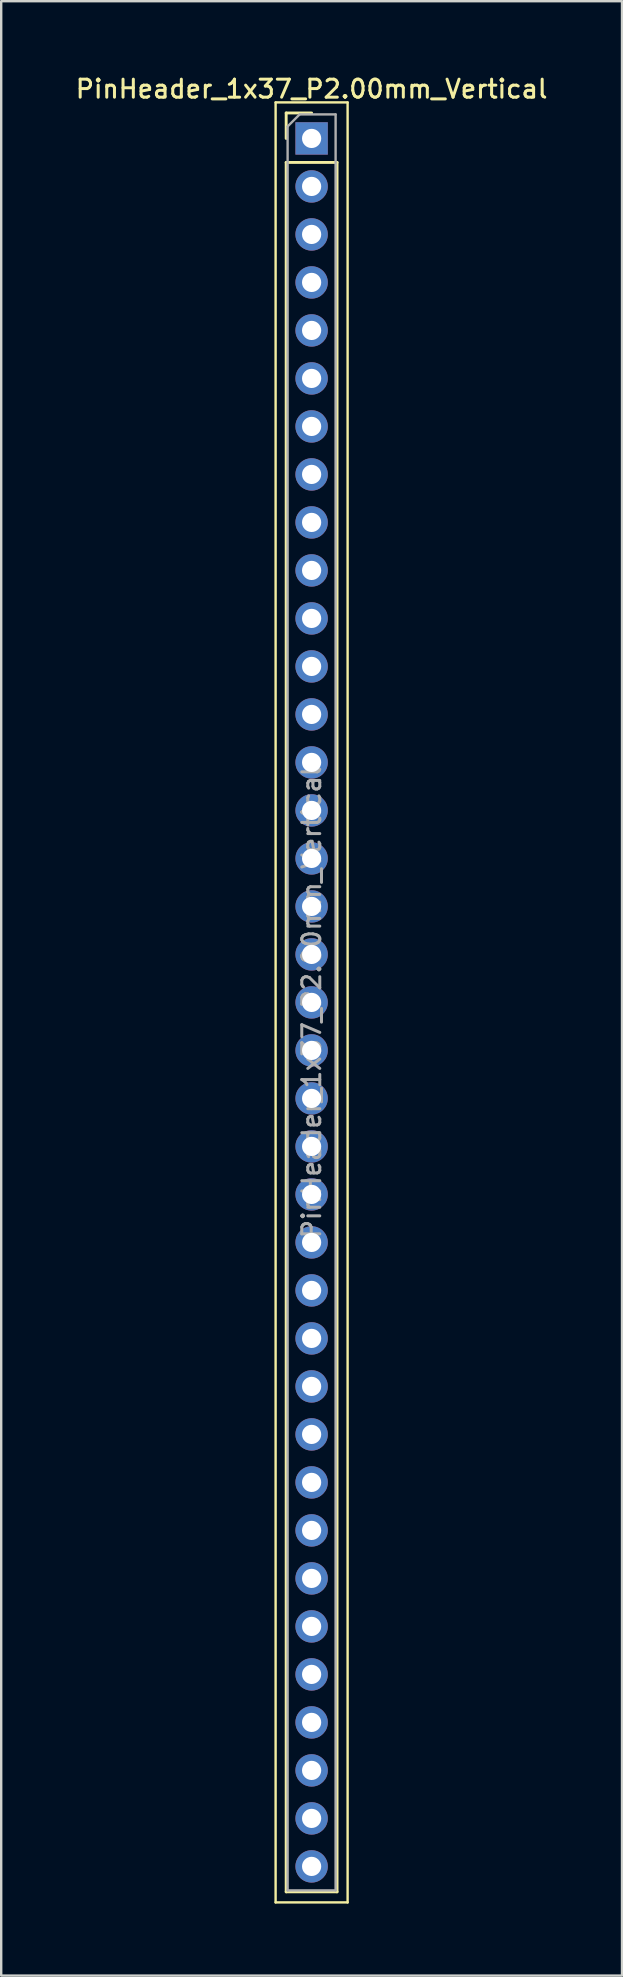
<source format=kicad_pcb>
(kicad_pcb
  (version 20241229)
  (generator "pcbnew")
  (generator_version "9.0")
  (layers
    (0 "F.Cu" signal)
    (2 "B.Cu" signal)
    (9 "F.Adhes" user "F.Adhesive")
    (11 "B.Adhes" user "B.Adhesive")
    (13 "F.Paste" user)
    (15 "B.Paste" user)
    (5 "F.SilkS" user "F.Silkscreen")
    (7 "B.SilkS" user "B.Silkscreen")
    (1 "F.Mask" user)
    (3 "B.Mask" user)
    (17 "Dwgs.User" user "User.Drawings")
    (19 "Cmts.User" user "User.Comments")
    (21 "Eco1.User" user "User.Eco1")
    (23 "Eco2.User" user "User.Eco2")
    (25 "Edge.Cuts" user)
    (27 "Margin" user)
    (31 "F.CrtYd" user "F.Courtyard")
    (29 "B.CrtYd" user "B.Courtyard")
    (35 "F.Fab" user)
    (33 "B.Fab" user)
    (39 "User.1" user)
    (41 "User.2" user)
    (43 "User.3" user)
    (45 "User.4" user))
  (footprint "PinHeader_1x37_P2.00mm_Vertical"
    (layer "F.Cu")
    (at 9.934 2.718)
    (property "Reference" "PinHeader_1x37_P2.00mm_Vertical" (at 0 -2.06 0) (layer "F.SilkS") (effects (font (size 0.75 0.75) (thickness 0.125))))
    (attr through_hole)
    (fp_line (start -1.5 -1.5) (end -1.5 73.5) (stroke (width 0.1) (type solid)) (layer "F.SilkS"))
    (fp_line (start -1.5 73.5) (end 1.5 73.5) (stroke (width 0.1) (type solid)) (layer "F.SilkS"))
    (fp_line (start -1.06 -1.06) (end 0 -1.06) (stroke (width 0.12) (type solid)) (layer "F.SilkS"))
    (fp_line (start -1.06 0) (end -1.06 -1.06) (stroke (width 0.12) (type solid)) (layer "F.SilkS"))
    (fp_line (start -1.06 1) (end -1.06 73.06) (stroke (width 0.12) (type solid)) (layer "F.SilkS"))
    (fp_line (start -1.06 1) (end 1.06 1) (stroke (width 0.12) (type solid)) (layer "F.SilkS"))
    (fp_line (start -1.06 73.06) (end 1.06 73.06) (stroke (width 0.12) (type solid)) (layer "F.SilkS"))
    (fp_line (start 1.06 1) (end 1.06 73.06) (stroke (width 0.12) (type solid)) (layer "F.SilkS"))
    (fp_line (start 1.5 -1.5) (end -1.5 -1.5) (stroke (width 0.1) (type solid)) (layer "F.SilkS"))
    (fp_line (start 1.5 73.5) (end 1.5 -1.5) (stroke (width 0.1) (type solid)) (layer "F.SilkS"))
    (fp_line (start -1 -0.5) (end -0.5 -1) (stroke (width 0.1) (type solid)) (layer "F.Fab"))
    (fp_line (start -1 73) (end -1 -0.5) (stroke (width 0.1) (type solid)) (layer "F.Fab"))
    (fp_line (start -0.5 -1) (end 1 -1) (stroke (width 0.1) (type solid)) (layer "F.Fab"))
    (fp_line (start 1 -1) (end 1 73) (stroke (width 0.1) (type solid)) (layer "F.Fab"))
    (fp_line (start 1 73) (end -1 73) (stroke (width 0.1) (type solid)) (layer "F.Fab"))
    (fp_text user "${REFERENCE}" (at 0 36 90) (layer "F.Fab") (effects (font (size 0.75 0.75) (thickness 0.125))))
    (pad "1" thru_hole rect (at 0 0) (size 1.35 1.35) (drill 0.8) (layers "*.Cu" "*.Mask"))
    (pad "2" thru_hole oval (at 0 2) (size 1.35 1.35) (drill 0.8) (layers "*.Cu" "*.Mask"))
    (pad "3" thru_hole oval (at 0 4) (size 1.35 1.35) (drill 0.8) (layers "*.Cu" "*.Mask"))
    (pad "4" thru_hole oval (at 0 6) (size 1.35 1.35) (drill 0.8) (layers "*.Cu" "*.Mask"))
    (pad "5" thru_hole oval (at 0 8) (size 1.35 1.35) (drill 0.8) (layers "*.Cu" "*.Mask"))
    (pad "6" thru_hole oval (at 0 10) (size 1.35 1.35) (drill 0.8) (layers "*.Cu" "*.Mask"))
    (pad "7" thru_hole oval (at 0 12) (size 1.35 1.35) (drill 0.8) (layers "*.Cu" "*.Mask"))
    (pad "8" thru_hole oval (at 0 14) (size 1.35 1.35) (drill 0.8) (layers "*.Cu" "*.Mask"))
    (pad "9" thru_hole oval (at 0 16) (size 1.35 1.35) (drill 0.8) (layers "*.Cu" "*.Mask"))
    (pad "10" thru_hole oval (at 0 18) (size 1.35 1.35) (drill 0.8) (layers "*.Cu" "*.Mask"))
    (pad "11" thru_hole oval (at 0 20) (size 1.35 1.35) (drill 0.8) (layers "*.Cu" "*.Mask"))
    (pad "12" thru_hole oval (at 0 22) (size 1.35 1.35) (drill 0.8) (layers "*.Cu" "*.Mask"))
    (pad "13" thru_hole oval (at 0 24) (size 1.35 1.35) (drill 0.8) (layers "*.Cu" "*.Mask"))
    (pad "14" thru_hole oval (at 0 26) (size 1.35 1.35) (drill 0.8) (layers "*.Cu" "*.Mask"))
    (pad "15" thru_hole oval (at 0 28) (size 1.35 1.35) (drill 0.8) (layers "*.Cu" "*.Mask"))
    (pad "16" thru_hole oval (at 0 30) (size 1.35 1.35) (drill 0.8) (layers "*.Cu" "*.Mask"))
    (pad "17" thru_hole oval (at 0 32) (size 1.35 1.35) (drill 0.8) (layers "*.Cu" "*.Mask"))
    (pad "18" thru_hole oval (at 0 34) (size 1.35 1.35) (drill 0.8) (layers "*.Cu" "*.Mask"))
    (pad "19" thru_hole oval (at 0 36) (size 1.35 1.35) (drill 0.8) (layers "*.Cu" "*.Mask"))
    (pad "20" thru_hole oval (at 0 38) (size 1.35 1.35) (drill 0.8) (layers "*.Cu" "*.Mask"))
    (pad "21" thru_hole oval (at 0 40) (size 1.35 1.35) (drill 0.8) (layers "*.Cu" "*.Mask"))
    (pad "22" thru_hole oval (at 0 42) (size 1.35 1.35) (drill 0.8) (layers "*.Cu" "*.Mask"))
    (pad "23" thru_hole oval (at 0 44) (size 1.35 1.35) (drill 0.8) (layers "*.Cu" "*.Mask"))
    (pad "24" thru_hole oval (at 0 46) (size 1.35 1.35) (drill 0.8) (layers "*.Cu" "*.Mask"))
    (pad "25" thru_hole oval (at 0 48) (size 1.35 1.35) (drill 0.8) (layers "*.Cu" "*.Mask"))
    (pad "26" thru_hole oval (at 0 50) (size 1.35 1.35) (drill 0.8) (layers "*.Cu" "*.Mask"))
    (pad "27" thru_hole oval (at 0 52) (size 1.35 1.35) (drill 0.8) (layers "*.Cu" "*.Mask"))
    (pad "28" thru_hole oval (at 0 54) (size 1.35 1.35) (drill 0.8) (layers "*.Cu" "*.Mask"))
    (pad "29" thru_hole oval (at 0 56) (size 1.35 1.35) (drill 0.8) (layers "*.Cu" "*.Mask"))
    (pad "30" thru_hole oval (at 0 58) (size 1.35 1.35) (drill 0.8) (layers "*.Cu" "*.Mask"))
    (pad "31" thru_hole oval (at 0 60) (size 1.35 1.35) (drill 0.8) (layers "*.Cu" "*.Mask"))
    (pad "32" thru_hole oval (at 0 62) (size 1.35 1.35) (drill 0.8) (layers "*.Cu" "*.Mask"))
    (pad "33" thru_hole oval (at 0 64) (size 1.35 1.35) (drill 0.8) (layers "*.Cu" "*.Mask"))
    (pad "34" thru_hole oval (at 0 66) (size 1.35 1.35) (drill 0.8) (layers "*.Cu" "*.Mask"))
    (pad "35" thru_hole oval (at 0 68) (size 1.35 1.35) (drill 0.8) (layers "*.Cu" "*.Mask"))
    (pad "36" thru_hole oval (at 0 70) (size 1.35 1.35) (drill 0.8) (layers "*.Cu" "*.Mask"))
    (pad "37" thru_hole oval (at 0 72) (size 1.35 1.35) (drill 0.8) (layers "*.Cu" "*.Mask")))
  (gr_rect
    (start -3 -3)
    (end 22.868 79.268)
    (stroke (width 0.1) (type default))
    (fill no)
    (layer "Edge.Cuts")))
</source>
